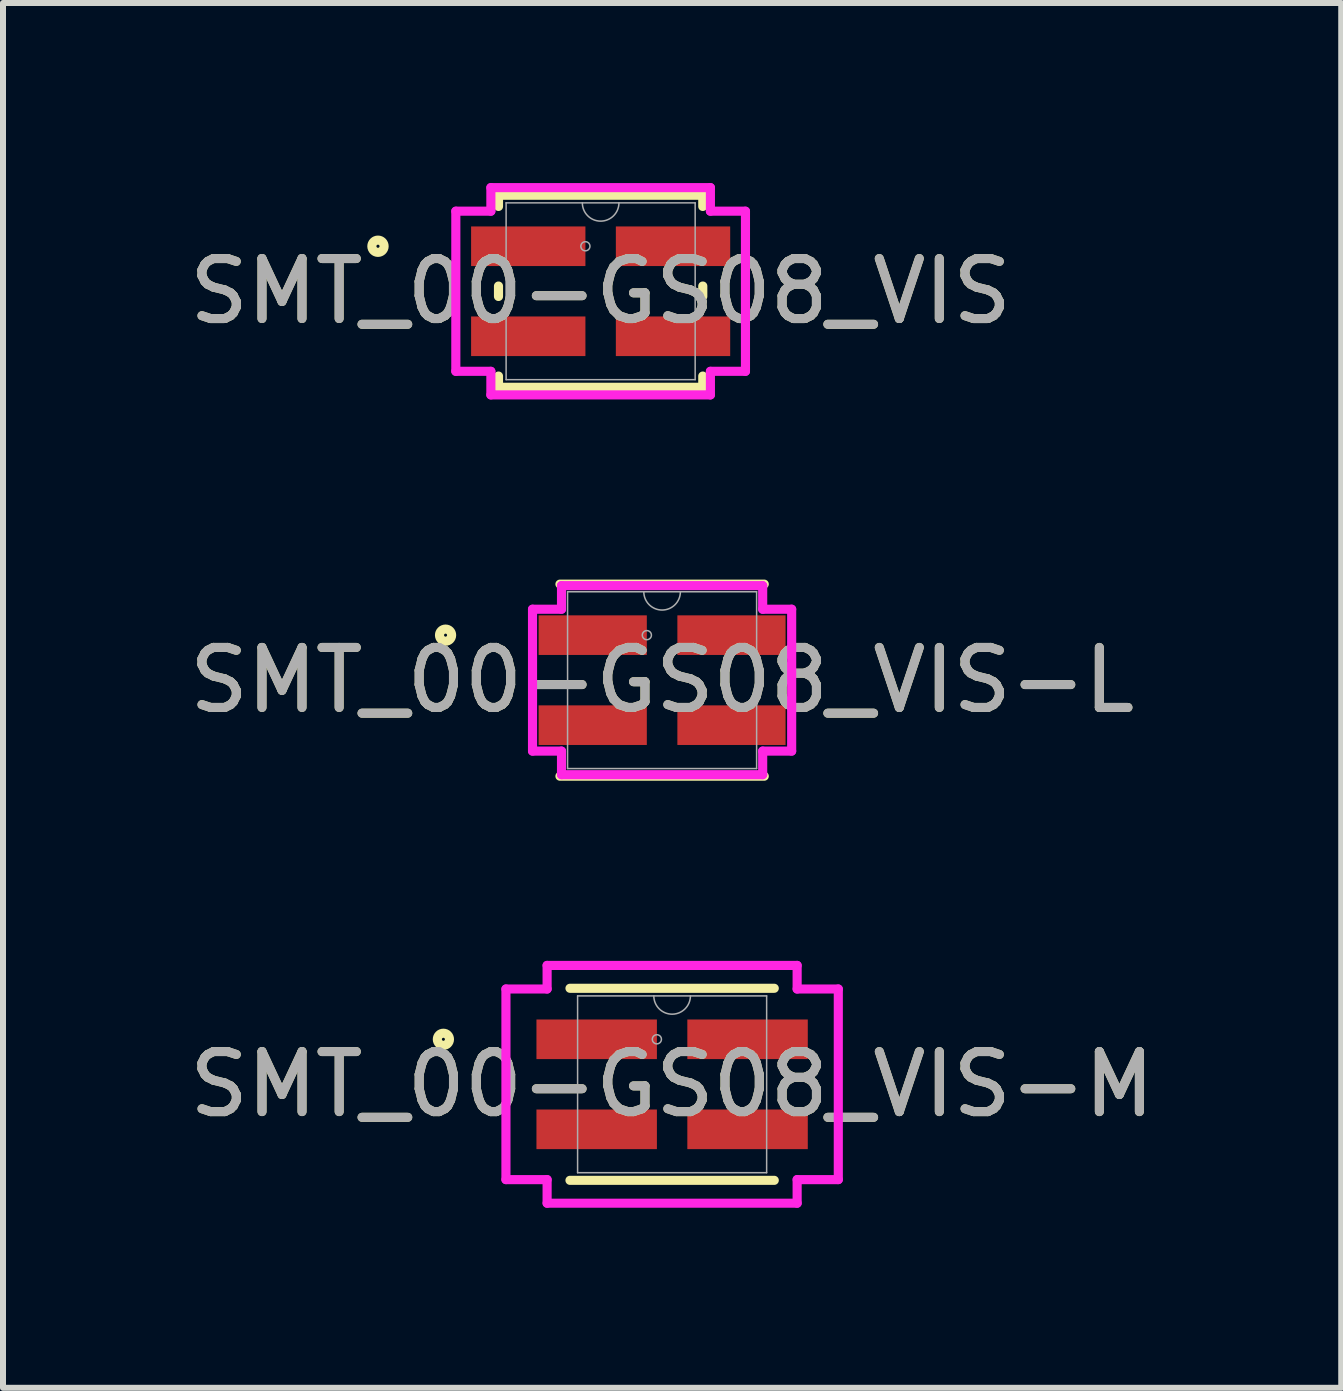
<source format=kicad_pcb>
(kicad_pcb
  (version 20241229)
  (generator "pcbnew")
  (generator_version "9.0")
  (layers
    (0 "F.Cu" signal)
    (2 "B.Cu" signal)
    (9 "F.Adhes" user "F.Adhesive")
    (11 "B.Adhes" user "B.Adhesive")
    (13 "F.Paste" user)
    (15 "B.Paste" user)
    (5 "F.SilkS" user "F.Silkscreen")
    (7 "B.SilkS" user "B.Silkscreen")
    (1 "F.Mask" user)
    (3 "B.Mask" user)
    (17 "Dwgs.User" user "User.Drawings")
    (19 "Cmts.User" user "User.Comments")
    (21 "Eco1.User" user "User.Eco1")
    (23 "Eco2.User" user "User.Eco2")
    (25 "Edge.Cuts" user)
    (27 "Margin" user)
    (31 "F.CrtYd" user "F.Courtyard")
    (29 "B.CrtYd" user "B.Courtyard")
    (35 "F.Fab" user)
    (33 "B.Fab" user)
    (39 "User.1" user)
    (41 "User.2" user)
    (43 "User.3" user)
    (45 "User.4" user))
  (footprint "SMT_00-GS08_VIS-M"
    (layer "F.Cu")
    (at 8.149 15.017)
    (property "Reference" "SMT_00-GS08_VIS-M" (at 0 0 0) (unlocked yes) (layer "F.SilkS") (effects (font (size 1 1) (thickness 0.15))))
    (attr smd)
    (fp_line (start -1.702 1.6) (end 1.702 1.6) (stroke (width 0.152) (type solid)) (layer "F.SilkS"))
    (fp_line (start 1.702 -1.6) (end -1.702 -1.6) (stroke (width 0.152) (type solid)) (layer "F.SilkS"))
    (fp_circle (center -3.811 -0.75) (end -3.71 -0.75) (stroke (width 0.152) (type solid)) (fill no) (layer "F.SilkS"))
    (fp_line (start -2.769 -1.588) (end -2.083 -1.588) (stroke (width 0.152) (type solid)) (layer "F.CrtYd"))
    (fp_line (start -2.769 1.588) (end -2.769 -1.588) (stroke (width 0.152) (type solid)) (layer "F.CrtYd"))
    (fp_line (start -2.769 1.588) (end -2.083 1.588) (stroke (width 0.152) (type solid)) (layer "F.CrtYd"))
    (fp_line (start -2.083 -1.981) (end 2.083 -1.981) (stroke (width 0.152) (type solid)) (layer "F.CrtYd"))
    (fp_line (start -2.083 -1.588) (end -2.083 -1.981) (stroke (width 0.152) (type solid)) (layer "F.CrtYd"))
    (fp_line (start -2.083 1.981) (end -2.083 1.588) (stroke (width 0.152) (type solid)) (layer "F.CrtYd"))
    (fp_line (start 2.083 -1.981) (end 2.083 -1.588) (stroke (width 0.152) (type solid)) (layer "F.CrtYd"))
    (fp_line (start 2.083 1.588) (end 2.083 1.981) (stroke (width 0.152) (type solid)) (layer "F.CrtYd"))
    (fp_line (start 2.083 1.981) (end -2.083 1.981) (stroke (width 0.152) (type solid)) (layer "F.CrtYd"))
    (fp_line (start 2.769 -1.588) (end 2.083 -1.588) (stroke (width 0.152) (type solid)) (layer "F.CrtYd"))
    (fp_line (start 2.769 -1.588) (end 2.769 1.588) (stroke (width 0.152) (type solid)) (layer "F.CrtYd"))
    (fp_line (start 2.769 1.588) (end 2.083 1.588) (stroke (width 0.152) (type solid)) (layer "F.CrtYd"))
    (fp_line (start -1.575 -1.473) (end -1.575 1.473) (stroke (width 0.025) (type solid)) (layer "F.Fab"))
    (fp_line (start -1.575 1.473) (end 1.575 1.473) (stroke (width 0.025) (type solid)) (layer "F.Fab"))
    (fp_line (start 1.575 -1.473) (end -1.575 -1.473) (stroke (width 0.025) (type solid)) (layer "F.Fab"))
    (fp_line (start 1.575 1.473) (end 1.575 -1.473) (stroke (width 0.025) (type solid)) (layer "F.Fab"))
    (fp_arc (start 0.3048 -1.4732) (mid 0 -1.1684) (end -0.3048 -1.4732) (stroke (width 0.0254) (type solid)) (layer "F.Fab"))
    (fp_circle (center -0.254 -0.75) (end -0.178 -0.75) (stroke (width 0.025) (type solid)) (fill no) (layer "F.Fab"))
    (fp_text user "${REFERENCE}" (at 0 0 0) (unlocked yes) (layer "F.Fab") (effects (font (size 1 1) (thickness 0.15))))
    (pad "1" smd rect (at -1.257 -0.75) (size 2.007 0.66) (layers "F.Cu" "F.Mask" "F.Paste"))
    (pad "2" smd rect (at -1.257 0.75) (size 2.007 0.66) (layers "F.Cu" "F.Mask" "F.Paste"))
    (pad "3" smd rect (at 1.257 0.75) (size 2.007 0.66) (layers "F.Cu" "F.Mask" "F.Paste"))
    (pad "4" smd rect (at 1.257 -0.75) (size 2.007 0.66) (layers "F.Cu" "F.Mask" "F.Paste")))
  (footprint "SMT_00-GS08_VIS"
    (layer "F.Cu")
    (at 6.958 1.803)
    (property "Reference" "SMT_00-GS08_VIS" (at 0 0 0) (unlocked yes) (layer "F.SilkS") (effects (font (size 1 1) (thickness 0.15))))
    (attr smd)
    (fp_line (start -1.702 -1.6) (end -1.702 -1.413) (stroke (width 0.152) (type solid)) (layer "F.SilkS"))
    (fp_line (start -1.702 -0.087) (end -1.702 0.087) (stroke (width 0.152) (type solid)) (layer "F.SilkS"))
    (fp_line (start -1.702 1.413) (end -1.702 1.6) (stroke (width 0.152) (type solid)) (layer "F.SilkS"))
    (fp_line (start -1.702 1.6) (end 1.702 1.6) (stroke (width 0.152) (type solid)) (layer "F.SilkS"))
    (fp_line (start 1.702 -1.6) (end -1.702 -1.6) (stroke (width 0.152) (type solid)) (layer "F.SilkS"))
    (fp_line (start 1.702 -1.413) (end 1.702 -1.6) (stroke (width 0.152) (type solid)) (layer "F.SilkS"))
    (fp_line (start 1.702 0.087) (end 1.702 -0.087) (stroke (width 0.152) (type solid)) (layer "F.SilkS"))
    (fp_line (start 1.702 1.6) (end 1.702 1.413) (stroke (width 0.152) (type solid)) (layer "F.SilkS"))
    (fp_circle (center -3.71 -0.75) (end -3.608 -0.75) (stroke (width 0.152) (type solid)) (fill no) (layer "F.SilkS"))
    (fp_line (start -2.413 -1.334) (end -1.829 -1.334) (stroke (width 0.152) (type solid)) (layer "F.CrtYd"))
    (fp_line (start -2.413 1.334) (end -2.413 -1.334) (stroke (width 0.152) (type solid)) (layer "F.CrtYd"))
    (fp_line (start -2.413 1.334) (end -1.829 1.334) (stroke (width 0.152) (type solid)) (layer "F.CrtYd"))
    (fp_line (start -1.829 -1.727) (end 1.829 -1.727) (stroke (width 0.152) (type solid)) (layer "F.CrtYd"))
    (fp_line (start -1.829 -1.334) (end -1.829 -1.727) (stroke (width 0.152) (type solid)) (layer "F.CrtYd"))
    (fp_line (start -1.829 1.727) (end -1.829 1.334) (stroke (width 0.152) (type solid)) (layer "F.CrtYd"))
    (fp_line (start 1.829 -1.727) (end 1.829 -1.334) (stroke (width 0.152) (type solid)) (layer "F.CrtYd"))
    (fp_line (start 1.829 1.334) (end 1.829 1.727) (stroke (width 0.152) (type solid)) (layer "F.CrtYd"))
    (fp_line (start 1.829 1.727) (end -1.829 1.727) (stroke (width 0.152) (type solid)) (layer "F.CrtYd"))
    (fp_line (start 2.413 -1.334) (end 1.829 -1.334) (stroke (width 0.152) (type solid)) (layer "F.CrtYd"))
    (fp_line (start 2.413 -1.334) (end 2.413 1.334) (stroke (width 0.152) (type solid)) (layer "F.CrtYd"))
    (fp_line (start 2.413 1.334) (end 1.829 1.334) (stroke (width 0.152) (type solid)) (layer "F.CrtYd"))
    (fp_line (start -1.575 -1.473) (end -1.575 1.473) (stroke (width 0.025) (type solid)) (layer "F.Fab"))
    (fp_line (start -1.575 1.473) (end 1.575 1.473) (stroke (width 0.025) (type solid)) (layer "F.Fab"))
    (fp_line (start 1.575 -1.473) (end -1.575 -1.473) (stroke (width 0.025) (type solid)) (layer "F.Fab"))
    (fp_line (start 1.575 1.473) (end 1.575 -1.473) (stroke (width 0.025) (type solid)) (layer "F.Fab"))
    (fp_arc (start 0.3048 -1.4732) (mid 0 -1.1684) (end -0.3048 -1.4732) (stroke (width 0.0254) (type solid)) (layer "F.Fab"))
    (fp_circle (center -0.254 -0.75) (end -0.178 -0.75) (stroke (width 0.025) (type solid)) (fill no) (layer "F.Fab"))
    (fp_text user "${REFERENCE}" (at 0 0 0) (unlocked yes) (layer "F.Fab") (effects (font (size 1 1) (thickness 0.15))))
    (pad "1" smd rect (at -1.206 -0.75) (size 1.905 0.66) (layers "F.Cu" "F.Mask" "F.Paste"))
    (pad "2" smd rect (at -1.206 0.75) (size 1.905 0.66) (layers "F.Cu" "F.Mask" "F.Paste"))
    (pad "3" smd rect (at 1.206 0.75) (size 1.905 0.66) (layers "F.Cu" "F.Mask" "F.Paste"))
    (pad "4" smd rect (at 1.206 -0.75) (size 1.905 0.66) (layers "F.Cu" "F.Mask" "F.Paste")))
  (footprint "SMT_00-GS08_VIS-L"
    (layer "F.Cu")
    (at 7.982 8.283)
    (property "Reference" "SMT_00-GS08_VIS-L" (at 0 0 0) (unlocked yes) (layer "F.SilkS") (effects (font (size 1 1) (thickness 0.15))))
    (attr smd)
    (fp_line (start -1.702 1.6) (end 1.702 1.6) (stroke (width 0.152) (type solid)) (layer "F.SilkS"))
    (fp_line (start 1.702 -1.6) (end -1.702 -1.6) (stroke (width 0.152) (type solid)) (layer "F.SilkS"))
    (fp_circle (center -3.608 -0.75) (end -3.507 -0.75) (stroke (width 0.152) (type solid)) (fill no) (layer "F.SilkS"))
    (fp_line (start -2.159 -1.182) (end -1.676 -1.182) (stroke (width 0.152) (type solid)) (layer "F.CrtYd"))
    (fp_line (start -2.159 1.182) (end -2.159 -1.182) (stroke (width 0.152) (type solid)) (layer "F.CrtYd"))
    (fp_line (start -2.159 1.182) (end -1.676 1.182) (stroke (width 0.152) (type solid)) (layer "F.CrtYd"))
    (fp_line (start -1.676 -1.575) (end 1.676 -1.575) (stroke (width 0.152) (type solid)) (layer "F.CrtYd"))
    (fp_line (start -1.676 -1.182) (end -1.676 -1.575) (stroke (width 0.152) (type solid)) (layer "F.CrtYd"))
    (fp_line (start -1.676 1.575) (end -1.676 1.182) (stroke (width 0.152) (type solid)) (layer "F.CrtYd"))
    (fp_line (start 1.676 -1.575) (end 1.676 -1.182) (stroke (width 0.152) (type solid)) (layer "F.CrtYd"))
    (fp_line (start 1.676 1.182) (end 1.676 1.575) (stroke (width 0.152) (type solid)) (layer "F.CrtYd"))
    (fp_line (start 1.676 1.575) (end -1.676 1.575) (stroke (width 0.152) (type solid)) (layer "F.CrtYd"))
    (fp_line (start 2.159 -1.182) (end 1.676 -1.182) (stroke (width 0.152) (type solid)) (layer "F.CrtYd"))
    (fp_line (start 2.159 -1.182) (end 2.159 1.182) (stroke (width 0.152) (type solid)) (layer "F.CrtYd"))
    (fp_line (start 2.159 1.182) (end 1.676 1.182) (stroke (width 0.152) (type solid)) (layer "F.CrtYd"))
    (fp_line (start -1.575 -1.473) (end -1.575 1.473) (stroke (width 0.025) (type solid)) (layer "F.Fab"))
    (fp_line (start -1.575 1.473) (end 1.575 1.473) (stroke (width 0.025) (type solid)) (layer "F.Fab"))
    (fp_line (start 1.575 -1.473) (end -1.575 -1.473) (stroke (width 0.025) (type solid)) (layer "F.Fab"))
    (fp_line (start 1.575 1.473) (end 1.575 -1.473) (stroke (width 0.025) (type solid)) (layer "F.Fab"))
    (fp_arc (start 0.3048 -1.4732) (mid 0 -1.1684) (end -0.3048 -1.4732) (stroke (width 0.0254) (type solid)) (layer "F.Fab"))
    (fp_circle (center -0.254 -0.75) (end -0.178 -0.75) (stroke (width 0.025) (type solid)) (fill no) (layer "F.Fab"))
    (fp_text user "${REFERENCE}" (at 0 0 0) (unlocked yes) (layer "F.Fab") (effects (font (size 1 1) (thickness 0.15))))
    (pad "1" smd rect (at -1.156 -0.75) (size 1.803 0.66) (layers "F.Cu" "F.Mask" "F.Paste"))
    (pad "2" smd rect (at -1.156 0.75) (size 1.803 0.66) (layers "F.Cu" "F.Mask" "F.Paste"))
    (pad "3" smd rect (at 1.156 0.75) (size 1.803 0.66) (layers "F.Cu" "F.Mask" "F.Paste"))
    (pad "4" smd rect (at 1.156 -0.75) (size 1.803 0.66) (layers "F.Cu" "F.Mask" "F.Paste")))
  (gr_rect
    (start -3 -3)
    (end 19.298 20.074)
    (stroke (width 0.1) (type default))
    (fill no)
    (layer "Edge.Cuts")))
</source>
